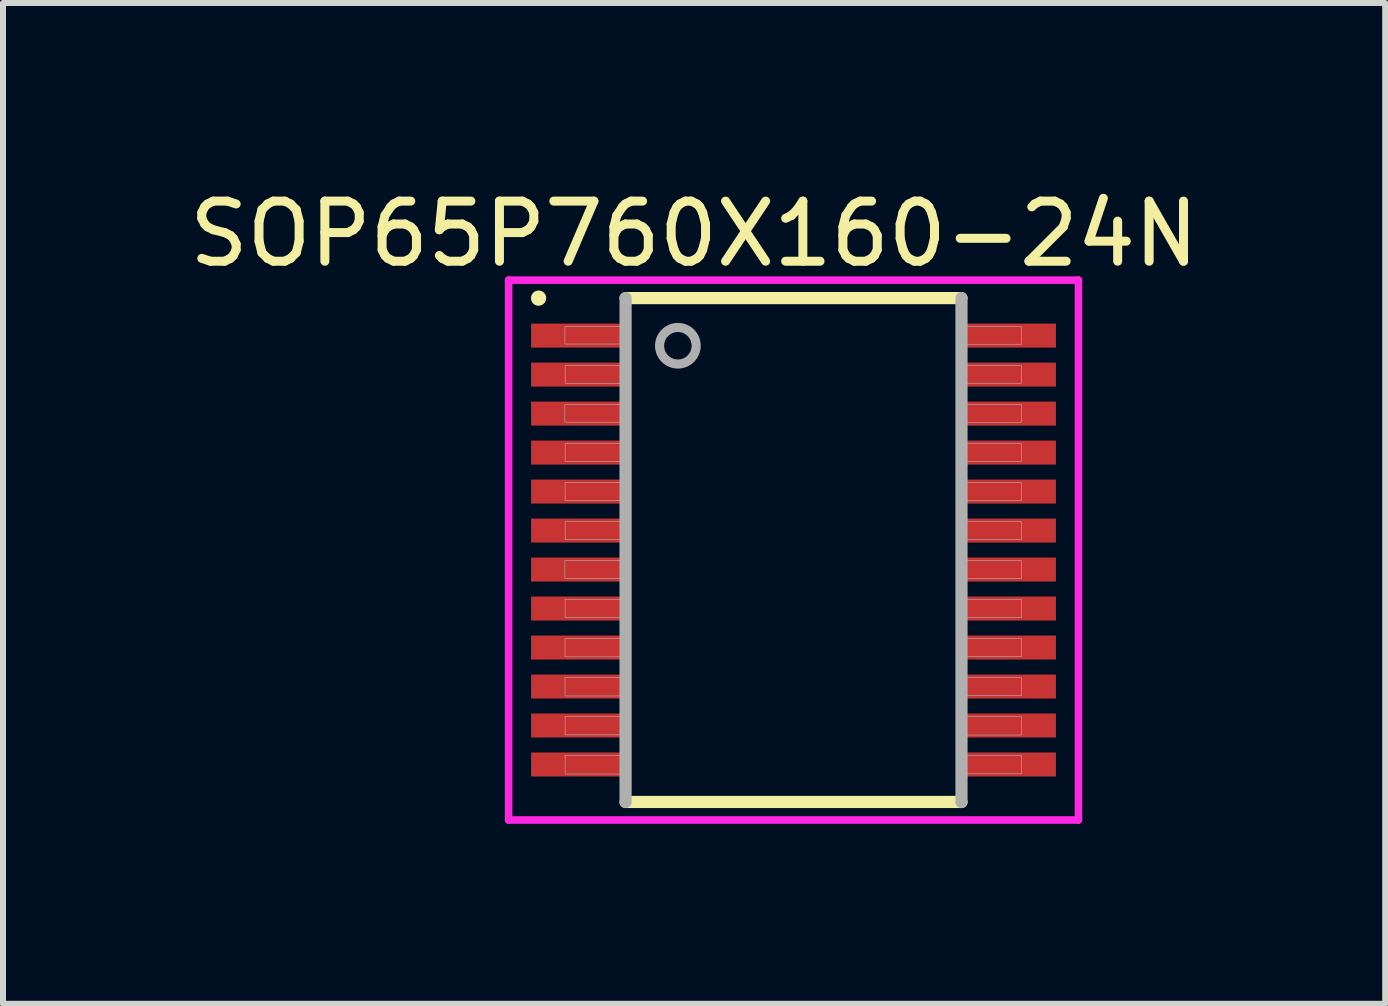
<source format=kicad_pcb>
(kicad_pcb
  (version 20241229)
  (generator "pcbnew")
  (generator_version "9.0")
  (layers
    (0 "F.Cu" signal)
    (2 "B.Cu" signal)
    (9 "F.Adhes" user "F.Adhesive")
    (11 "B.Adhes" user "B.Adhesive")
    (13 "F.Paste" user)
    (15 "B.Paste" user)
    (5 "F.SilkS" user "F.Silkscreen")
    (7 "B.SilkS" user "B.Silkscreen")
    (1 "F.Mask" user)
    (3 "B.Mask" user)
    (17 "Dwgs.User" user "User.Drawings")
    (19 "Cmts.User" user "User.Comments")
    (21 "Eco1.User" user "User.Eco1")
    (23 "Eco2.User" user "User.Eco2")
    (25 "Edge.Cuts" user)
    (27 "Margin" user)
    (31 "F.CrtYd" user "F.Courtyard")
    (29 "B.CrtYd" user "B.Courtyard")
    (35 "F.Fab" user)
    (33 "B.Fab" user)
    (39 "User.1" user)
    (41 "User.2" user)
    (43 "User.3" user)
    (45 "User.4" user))
  (footprint "SOP65P760X160-24N"
    (layer "F.Cu")
    (at 10.179 6.12)
    (property "Reference" "SOP65P760X160-24N" (at -1.658 -5.271 0) (layer "F.SilkS") (effects (font (size 1.002 1.002) (thickness 0.15))))
    (attr smd)
    (fp_line (start -2.8 4.2) (end 2.8 4.2) (stroke (width 0.203) (type solid)) (layer "F.SilkS"))
    (fp_line (start 2.8 -4.2) (end -2.8 -4.2) (stroke (width 0.203) (type solid)) (layer "F.SilkS"))
    (fp_circle (center -4.25 -4.2) (end -4.123 -4.2) (stroke (width 0) (type solid)) (fill yes) (layer "F.SilkS"))
    (fp_line (start -4.75 -4.5) (end 4.75 -4.5) (stroke (width 0.127) (type solid)) (layer "F.CrtYd"))
    (fp_line (start -4.75 4.5) (end -4.75 -4.5) (stroke (width 0.127) (type solid)) (layer "F.CrtYd"))
    (fp_line (start 4.75 -4.5) (end 4.75 4.5) (stroke (width 0.127) (type solid)) (layer "F.CrtYd"))
    (fp_line (start 4.75 4.5) (end -4.75 4.5) (stroke (width 0.127) (type solid)) (layer "F.CrtYd"))
    (fp_line (start -2.8 -4.2) (end -2.8 4.2) (stroke (width 0.203) (type solid)) (layer "F.Fab"))
    (fp_line (start 2.8 4.2) (end 2.8 -4.2) (stroke (width 0.203) (type solid)) (layer "F.Fab"))
    (fp_circle (center -1.928 -3.406) (end -1.623 -3.406) (stroke (width 0.152) (type solid)) (fill no) (layer "F.Fab"))
    (fp_poly (pts (xy -3.812 -2.425) (xy -2.8 -2.425) (xy -2.8 -2.132) (xy -3.812 -2.132)) (stroke (width 0.01) (type solid)) (fill no) (layer "F.Fab"))
    (fp_poly (pts (xy -3.812 0.175) (xy -2.8 0.175) (xy -2.8 0.476) (xy -3.812 0.476)) (stroke (width 0.01) (type solid)) (fill no) (layer "F.Fab"))
    (fp_poly (pts (xy -3.811 -3.725) (xy -2.8 -3.725) (xy -2.8 -3.435) (xy -3.811 -3.435)) (stroke (width 0.01) (type solid)) (fill no) (layer "F.Fab"))
    (fp_poly (pts (xy -3.81 1.475) (xy -2.8 1.475) (xy -2.8 1.78) (xy -3.81 1.78)) (stroke (width 0.01) (type solid)) (fill no) (layer "F.Fab"))
    (fp_poly (pts (xy -3.81 2.125) (xy -2.8 2.125) (xy -2.8 2.432) (xy -3.81 2.432)) (stroke (width 0.01) (type solid)) (fill no) (layer "F.Fab"))
    (fp_poly (pts (xy -3.808 -1.125) (xy -2.8 -1.125) (xy -2.8 -0.827) (xy -3.808 -0.827)) (stroke (width 0.01) (type solid)) (fill no) (layer "F.Fab"))
    (fp_poly (pts (xy -3.808 2.775) (xy -2.8 2.775) (xy -2.8 3.081) (xy -3.808 3.081)) (stroke (width 0.01) (type solid)) (fill no) (layer "F.Fab"))
    (fp_poly (pts (xy -3.808 3.425) (xy -2.8 3.425) (xy -2.8 3.733) (xy -3.808 3.733)) (stroke (width 0.01) (type solid)) (fill no) (layer "F.Fab"))
    (fp_poly (pts (xy -3.808 0.825) (xy -2.8 0.825) (xy -2.8 1.127) (xy -3.808 1.127)) (stroke (width 0.01) (type solid)) (fill no) (layer "F.Fab"))
    (fp_poly (pts (xy -3.807 -1.775) (xy -2.8 -1.775) (xy -2.8 -1.478) (xy -3.807 -1.478)) (stroke (width 0.01) (type solid)) (fill no) (layer "F.Fab"))
    (fp_poly (pts (xy -3.807 -0.475) (xy -2.8 -0.475) (xy -2.8 -0.175) (xy -3.807 -0.175)) (stroke (width 0.01) (type solid)) (fill no) (layer "F.Fab"))
    (fp_poly (pts (xy -3.807 -3.075) (xy -2.8 -3.075) (xy -2.8 -2.78) (xy -3.807 -2.78)) (stroke (width 0.01) (type solid)) (fill no) (layer "F.Fab"))
    (fp_poly (pts (xy 2.802 -2.425) (xy 3.8 -2.425) (xy 3.8 -2.126) (xy 2.802 -2.126)) (stroke (width 0.01) (type solid)) (fill no) (layer "F.Fab"))
    (fp_poly (pts (xy 2.803 1.475) (xy 3.8 1.475) (xy 3.8 1.777) (xy 2.803 1.777)) (stroke (width 0.01) (type solid)) (fill no) (layer "F.Fab"))
    (fp_poly (pts (xy 2.804 2.125) (xy 3.8 2.125) (xy 3.8 2.428) (xy 2.804 2.428)) (stroke (width 0.01) (type solid)) (fill no) (layer "F.Fab"))
    (fp_poly (pts (xy 2.805 3.425) (xy 3.8 3.425) (xy 3.8 3.731) (xy 2.805 3.731)) (stroke (width 0.01) (type solid)) (fill no) (layer "F.Fab"))
    (fp_poly (pts (xy 2.805 -3.725) (xy 3.8 -3.725) (xy 3.8 -3.431) (xy 2.805 -3.431)) (stroke (width 0.01) (type solid)) (fill no) (layer "F.Fab"))
    (fp_poly (pts (xy 2.805 -1.775) (xy 3.8 -1.775) (xy 3.8 -1.478) (xy 2.805 -1.478)) (stroke (width 0.01) (type solid)) (fill no) (layer "F.Fab"))
    (fp_poly (pts (xy 2.806 -3.075) (xy 3.8 -3.075) (xy 3.8 -2.781) (xy 2.806 -2.781)) (stroke (width 0.01) (type solid)) (fill no) (layer "F.Fab"))
    (fp_poly (pts (xy 2.806 0.175) (xy 3.8 0.175) (xy 3.8 0.476) (xy 2.806 0.476)) (stroke (width 0.01) (type solid)) (fill no) (layer "F.Fab"))
    (fp_poly (pts (xy 2.807 -1.125) (xy 3.8 -1.125) (xy 3.8 -0.827) (xy 2.807 -0.827)) (stroke (width 0.01) (type solid)) (fill no) (layer "F.Fab"))
    (fp_poly (pts (xy 2.807 -0.475) (xy 3.8 -0.475) (xy 3.8 -0.175) (xy 2.807 -0.175)) (stroke (width 0.01) (type solid)) (fill no) (layer "F.Fab"))
    (fp_poly (pts (xy 2.808 0.825) (xy 3.8 0.825) (xy 3.8 1.128) (xy 2.808 1.128)) (stroke (width 0.01) (type solid)) (fill no) (layer "F.Fab"))
    (fp_poly (pts (xy 2.808 2.775) (xy 3.8 2.775) (xy 3.8 3.084) (xy 2.808 3.084)) (stroke (width 0.01) (type solid)) (fill no) (layer "F.Fab"))
    (pad "1" smd rect (at -3.625 -3.575 270) (size 0.4 1.5) (layers "F.Cu" "F.Mask" "F.Paste"))
    (pad "2" smd rect (at -3.625 -2.925 270) (size 0.4 1.5) (layers "F.Cu" "F.Mask" "F.Paste"))
    (pad "3" smd rect (at -3.625 -2.275 270) (size 0.4 1.5) (layers "F.Cu" "F.Mask" "F.Paste"))
    (pad "4" smd rect (at -3.625 -1.625 270) (size 0.4 1.5) (layers "F.Cu" "F.Mask" "F.Paste"))
    (pad "5" smd rect (at -3.625 -0.975 270) (size 0.4 1.5) (layers "F.Cu" "F.Mask" "F.Paste"))
    (pad "6" smd rect (at -3.625 -0.325 270) (size 0.4 1.5) (layers "F.Cu" "F.Mask" "F.Paste"))
    (pad "7" smd rect (at -3.625 0.325 270) (size 0.4 1.5) (layers "F.Cu" "F.Mask" "F.Paste"))
    (pad "8" smd rect (at -3.625 0.975 270) (size 0.4 1.5) (layers "F.Cu" "F.Mask" "F.Paste"))
    (pad "9" smd rect (at -3.625 1.625 270) (size 0.4 1.5) (layers "F.Cu" "F.Mask" "F.Paste"))
    (pad "10" smd rect (at -3.625 2.275 270) (size 0.4 1.5) (layers "F.Cu" "F.Mask" "F.Paste"))
    (pad "11" smd rect (at -3.625 2.925 270) (size 0.4 1.5) (layers "F.Cu" "F.Mask" "F.Paste"))
    (pad "12" smd rect (at -3.625 3.575 270) (size 0.4 1.5) (layers "F.Cu" "F.Mask" "F.Paste"))
    (pad "13" smd rect (at 3.625 3.575 270) (size 0.4 1.5) (layers "F.Cu" "F.Mask" "F.Paste"))
    (pad "14" smd rect (at 3.625 2.925 270) (size 0.4 1.5) (layers "F.Cu" "F.Mask" "F.Paste"))
    (pad "15" smd rect (at 3.625 2.275 270) (size 0.4 1.5) (layers "F.Cu" "F.Mask" "F.Paste"))
    (pad "16" smd rect (at 3.625 1.625 270) (size 0.4 1.5) (layers "F.Cu" "F.Mask" "F.Paste"))
    (pad "17" smd rect (at 3.625 0.975 270) (size 0.4 1.5) (layers "F.Cu" "F.Mask" "F.Paste"))
    (pad "18" smd rect (at 3.625 0.325 270) (size 0.4 1.5) (layers "F.Cu" "F.Mask" "F.Paste"))
    (pad "19" smd rect (at 3.625 -0.325 270) (size 0.4 1.5) (layers "F.Cu" "F.Mask" "F.Paste"))
    (pad "20" smd rect (at 3.625 -0.975 270) (size 0.4 1.5) (layers "F.Cu" "F.Mask" "F.Paste"))
    (pad "21" smd rect (at 3.625 -1.625 270) (size 0.4 1.5) (layers "F.Cu" "F.Mask" "F.Paste"))
    (pad "22" smd rect (at 3.625 -2.275 270) (size 0.4 1.5) (layers "F.Cu" "F.Mask" "F.Paste"))
    (pad "23" smd rect (at 3.625 -2.925 270) (size 0.4 1.5) (layers "F.Cu" "F.Mask" "F.Paste"))
    (pad "24" smd rect (at 3.625 -3.575 270) (size 0.4 1.5) (layers "F.Cu" "F.Mask" "F.Paste")))
  (gr_rect
    (start -3 -3)
    (end 20.043 13.684)
    (stroke (width 0.1) (type default))
    (fill no)
    (layer "Edge.Cuts")))
</source>
